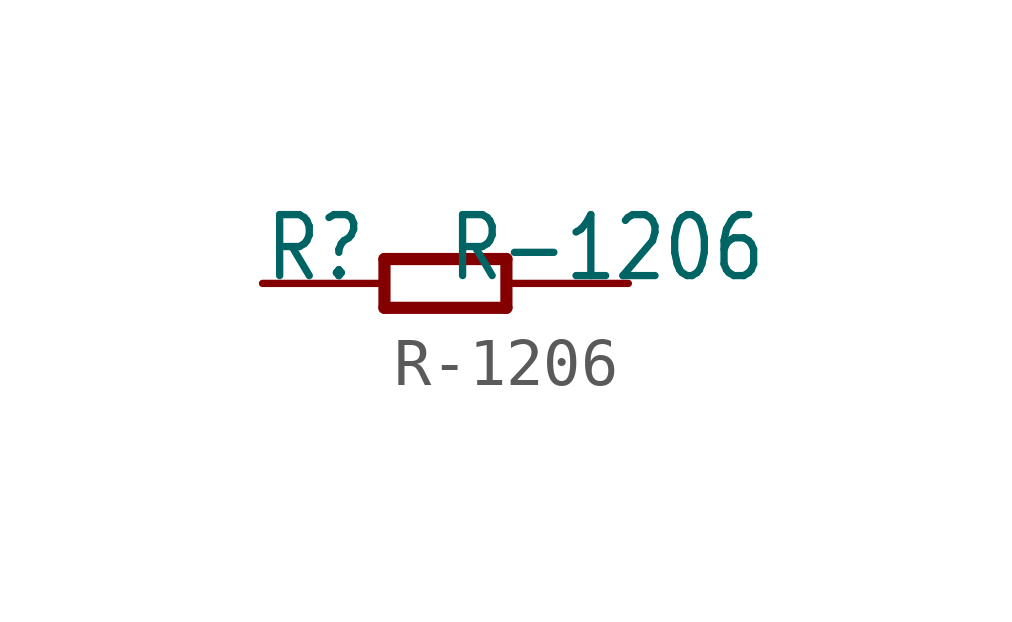
<source format=kicad_sym>
(kicad_symbol_lib
  (version 20211014)
  (generator kicad_symbol_editor)
  (symbol "R-1206"
    (property "Reference" "R"
      (at -3.81 0 0)
      (effects (font (size 1.27 1.079)) (justify left bottom)))
    (property "Value" "R-1206"
      (at 0 0 0)
      (effects (font (size 1.27 1.079)) (justify left bottom)))
    (property "ki_locked" ""
      (at 0 0 0)
      (effects (font (size 1.27 1.27))))
    (symbol "R-1206_1_0"
      (polyline (pts (xy -1.27 -0.508) (xy -1.27 0.508)) (stroke (width 0.254) (type default) (color 0 0 0 0)) (fill (type none)))
      (polyline (pts (xy -1.27 0.508) (xy 1.27 0.508)) (stroke (width 0.254) (type default) (color 0 0 0 0)) (fill (type none)))
      (polyline (pts (xy 1.27 -0.508) (xy -1.27 -0.508)) (stroke (width 0.254) (type default) (color 0 0 0 0)) (fill (type none)))
      (polyline (pts (xy 1.27 0.508) (xy 1.27 -0.508)) (stroke (width 0.254) (type default) (color 0 0 0 0)) (fill (type none)))
      (pin passive line (at -3.81 0 0) (length 2.54) (name "1" (effects (font (size 0 0)))) (number "1" (effects (font (size 0 0)))))
      (pin passive line (at 3.81 0 180) (length 2.54) (name "2" (effects (font (size 0 0)))) (number "2" (effects (font (size 0 0))))))))
</source>
